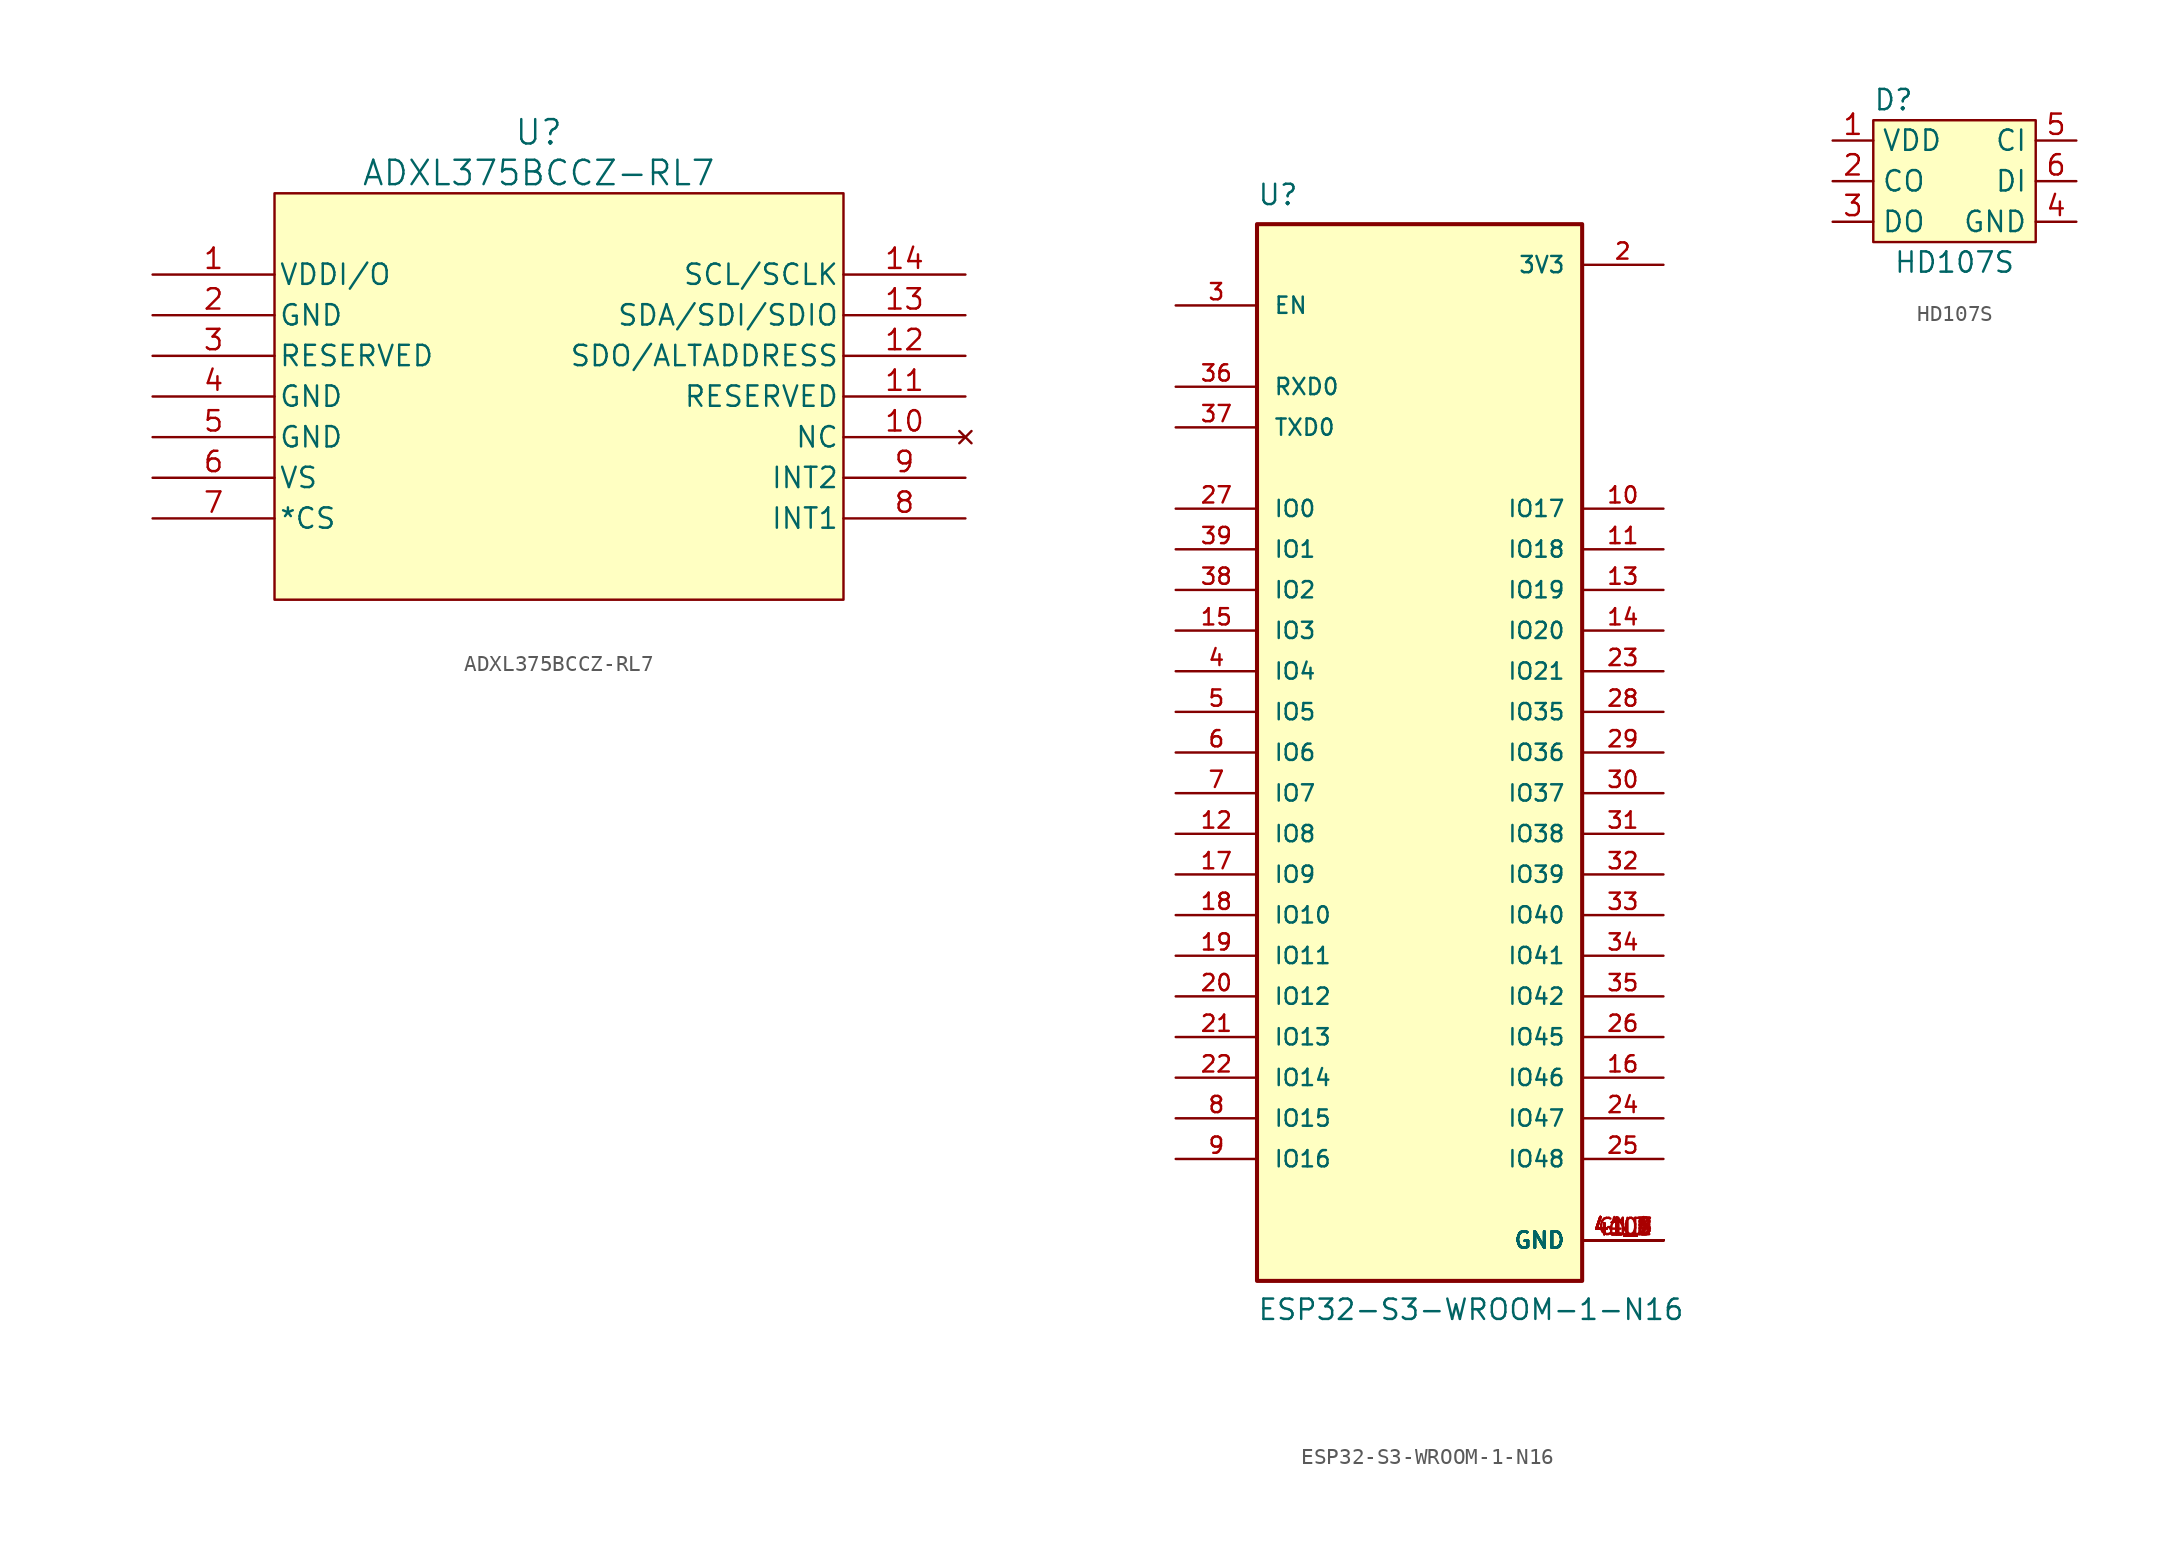
<source format=kicad_sym>
(kicad_symbol_lib
  (version 20220914)
  (generator kicad_symbol_editor)
  (symbol "ADXL375BCCZ-RL7"
    (pin_names
      (offset 0.254))
    (property "Reference" "U"
      (at 0 16.51 0)
      (effects (font (size 1.524 1.524))))
    (property "Value" "ADXL375BCCZ-RL7"
      (at 0 13.97 0)
      (effects (font (size 1.524 1.524))))
    (symbol "ADXL375BCCZ-RL7_0_1"
      (pin power_in line (at -24.13 7.62 0) (length 7.62) (name "VDDI/O" (effects (font (size 1.27 1.27)))) (number "1" (effects (font (size 1.27 1.27)))))
      (pin no_connect line (at 26.67 -2.54 180) (length 7.62) (name "NC" (effects (font (size 1.27 1.27)))) (number "10" (effects (font (size 1.27 1.27)))))
      (pin unspecified line (at 26.67 0 180) (length 7.62) (name "RESERVED" (effects (font (size 1.27 1.27)))) (number "11" (effects (font (size 1.27 1.27)))))
      (pin unspecified line (at 26.67 2.54 180) (length 7.62) (name "SDO/ALTADDRESS" (effects (font (size 1.27 1.27)))) (number "12" (effects (font (size 1.27 1.27)))))
      (pin unspecified line (at 26.67 5.08 180) (length 7.62) (name "SDA/SDI/SDIO" (effects (font (size 1.27 1.27)))) (number "13" (effects (font (size 1.27 1.27)))))
      (pin unspecified line (at 26.67 7.62 180) (length 7.62) (name "SCL/SCLK" (effects (font (size 1.27 1.27)))) (number "14" (effects (font (size 1.27 1.27)))))
      (pin power_out line (at -24.13 5.08 0) (length 7.62) (name "GND" (effects (font (size 1.27 1.27)))) (number "2" (effects (font (size 1.27 1.27)))))
      (pin unspecified line (at -24.13 2.54 0) (length 7.62) (name "RESERVED" (effects (font (size 1.27 1.27)))) (number "3" (effects (font (size 1.27 1.27)))))
      (pin power_out line (at -24.13 0 0) (length 7.62) (name "GND" (effects (font (size 1.27 1.27)))) (number "4" (effects (font (size 1.27 1.27)))))
      (pin power_out line (at -24.13 -2.54 0) (length 7.62) (name "GND" (effects (font (size 1.27 1.27)))) (number "5" (effects (font (size 1.27 1.27)))))
      (pin unspecified line (at -24.13 -5.08 0) (length 7.62) (name "VS" (effects (font (size 1.27 1.27)))) (number "6" (effects (font (size 1.27 1.27)))))
      (pin unspecified line (at -24.13 -7.62 0) (length 7.62) (name "*CS" (effects (font (size 1.27 1.27)))) (number "7" (effects (font (size 1.27 1.27)))))
      (pin bidirectional line (at 26.67 -7.62 180) (length 7.62) (name "INT1" (effects (font (size 1.27 1.27)))) (number "8" (effects (font (size 1.27 1.27)))))
      (pin bidirectional line (at 26.67 -5.08 180) (length 7.62) (name "INT2" (effects (font (size 1.27 1.27)))) (number "9" (effects (font (size 1.27 1.27))))))
    (symbol "ADXL375BCCZ-RL7_1_1"
      (rectangle (start -16.51 12.7) (end 19.05 -12.7) (stroke (width 0) (type default)) (fill (type background)))))
  (symbol "ESP32-S3-WROOM-1-N16"
    (pin_names
      (offset 1.016))
    (property "Reference" "U"
      (at -10.16 34.112 0)
      (effects (font (size 1.27 1.27)) (justify left bottom)))
    (property "Value" "ESP32-S3-WROOM-1-N16"
      (at -10.16 -35.56 0)
      (effects (font (size 1.27 1.27)) (justify left bottom)))
    (symbol "ESP32-S3-WROOM-1-N16_0_0"
      (rectangle (start -10.16 -33.02) (end 10.16 33.02) (stroke (width 0.254) (type default)) (fill (type background)))
      (pin power_in line (at 15.24 -30.48 180) (length 5.08) (name "GND" (effects (font (size 1.016 1.016)))) (number "1" (effects (font (size 1.016 1.016)))))
      (pin bidirectional line (at 15.24 15.24 180) (length 5.08) (name "IO17" (effects (font (size 1.016 1.016)))) (number "10" (effects (font (size 1.016 1.016)))))
      (pin bidirectional line (at 15.24 12.7 180) (length 5.08) (name "IO18" (effects (font (size 1.016 1.016)))) (number "11" (effects (font (size 1.016 1.016)))))
      (pin bidirectional line (at -15.24 -5.08 0) (length 5.08) (name "IO8" (effects (font (size 1.016 1.016)))) (number "12" (effects (font (size 1.016 1.016)))))
      (pin bidirectional line (at 15.24 10.16 180) (length 5.08) (name "IO19" (effects (font (size 1.016 1.016)))) (number "13" (effects (font (size 1.016 1.016)))))
      (pin bidirectional line (at 15.24 7.62 180) (length 5.08) (name "IO20" (effects (font (size 1.016 1.016)))) (number "14" (effects (font (size 1.016 1.016)))))
      (pin bidirectional line (at -15.24 7.62 0) (length 5.08) (name "IO3" (effects (font (size 1.016 1.016)))) (number "15" (effects (font (size 1.016 1.016)))))
      (pin bidirectional line (at 15.24 -20.32 180) (length 5.08) (name "IO46" (effects (font (size 1.016 1.016)))) (number "16" (effects (font (size 1.016 1.016)))))
      (pin bidirectional line (at -15.24 -7.62 0) (length 5.08) (name "IO9" (effects (font (size 1.016 1.016)))) (number "17" (effects (font (size 1.016 1.016)))))
      (pin bidirectional line (at -15.24 -10.16 0) (length 5.08) (name "IO10" (effects (font (size 1.016 1.016)))) (number "18" (effects (font (size 1.016 1.016)))))
      (pin bidirectional line (at -15.24 -12.7 0) (length 5.08) (name "IO11" (effects (font (size 1.016 1.016)))) (number "19" (effects (font (size 1.016 1.016)))))
      (pin power_in line (at 15.24 30.48 180) (length 5.08) (name "3V3" (effects (font (size 1.016 1.016)))) (number "2" (effects (font (size 1.016 1.016)))))
      (pin bidirectional line (at -15.24 -15.24 0) (length 5.08) (name "IO12" (effects (font (size 1.016 1.016)))) (number "20" (effects (font (size 1.016 1.016)))))
      (pin bidirectional line (at -15.24 -17.78 0) (length 5.08) (name "IO13" (effects (font (size 1.016 1.016)))) (number "21" (effects (font (size 1.016 1.016)))))
      (pin bidirectional line (at -15.24 -20.32 0) (length 5.08) (name "IO14" (effects (font (size 1.016 1.016)))) (number "22" (effects (font (size 1.016 1.016)))))
      (pin bidirectional line (at 15.24 5.08 180) (length 5.08) (name "IO21" (effects (font (size 1.016 1.016)))) (number "23" (effects (font (size 1.016 1.016)))))
      (pin bidirectional line (at 15.24 -22.86 180) (length 5.08) (name "IO47" (effects (font (size 1.016 1.016)))) (number "24" (effects (font (size 1.016 1.016)))))
      (pin bidirectional line (at 15.24 -25.4 180) (length 5.08) (name "IO48" (effects (font (size 1.016 1.016)))) (number "25" (effects (font (size 1.016 1.016)))))
      (pin bidirectional line (at 15.24 -17.78 180) (length 5.08) (name "IO45" (effects (font (size 1.016 1.016)))) (number "26" (effects (font (size 1.016 1.016)))))
      (pin bidirectional line (at -15.24 15.24 0) (length 5.08) (name "IO0" (effects (font (size 1.016 1.016)))) (number "27" (effects (font (size 1.016 1.016)))))
      (pin bidirectional line (at 15.24 2.54 180) (length 5.08) (name "IO35" (effects (font (size 1.016 1.016)))) (number "28" (effects (font (size 1.016 1.016)))))
      (pin bidirectional line (at 15.24 0 180) (length 5.08) (name "IO36" (effects (font (size 1.016 1.016)))) (number "29" (effects (font (size 1.016 1.016)))))
      (pin input line (at -15.24 27.94 0) (length 5.08) (name "EN" (effects (font (size 1.016 1.016)))) (number "3" (effects (font (size 1.016 1.016)))))
      (pin bidirectional line (at 15.24 -2.54 180) (length 5.08) (name "IO37" (effects (font (size 1.016 1.016)))) (number "30" (effects (font (size 1.016 1.016)))))
      (pin bidirectional line (at 15.24 -5.08 180) (length 5.08) (name "IO38" (effects (font (size 1.016 1.016)))) (number "31" (effects (font (size 1.016 1.016)))))
      (pin bidirectional line (at 15.24 -7.62 180) (length 5.08) (name "IO39" (effects (font (size 1.016 1.016)))) (number "32" (effects (font (size 1.016 1.016)))))
      (pin bidirectional line (at 15.24 -10.16 180) (length 5.08) (name "IO40" (effects (font (size 1.016 1.016)))) (number "33" (effects (font (size 1.016 1.016)))))
      (pin bidirectional line (at 15.24 -12.7 180) (length 5.08) (name "IO41" (effects (font (size 1.016 1.016)))) (number "34" (effects (font (size 1.016 1.016)))))
      (pin bidirectional line (at 15.24 -15.24 180) (length 5.08) (name "IO42" (effects (font (size 1.016 1.016)))) (number "35" (effects (font (size 1.016 1.016)))))
      (pin bidirectional line (at -15.24 22.86 0) (length 5.08) (name "RXD0" (effects (font (size 1.016 1.016)))) (number "36" (effects (font (size 1.016 1.016)))))
      (pin bidirectional line (at -15.24 20.32 0) (length 5.08) (name "TXD0" (effects (font (size 1.016 1.016)))) (number "37" (effects (font (size 1.016 1.016)))))
      (pin bidirectional line (at -15.24 10.16 0) (length 5.08) (name "IO2" (effects (font (size 1.016 1.016)))) (number "38" (effects (font (size 1.016 1.016)))))
      (pin bidirectional line (at -15.24 12.7 0) (length 5.08) (name "IO1" (effects (font (size 1.016 1.016)))) (number "39" (effects (font (size 1.016 1.016)))))
      (pin bidirectional line (at -15.24 5.08 0) (length 5.08) (name "IO4" (effects (font (size 1.016 1.016)))) (number "4" (effects (font (size 1.016 1.016)))))
      (pin power_in line (at 15.24 -30.48 180) (length 5.08) (name "GND" (effects (font (size 1.016 1.016)))) (number "40" (effects (font (size 1.016 1.016)))))
      (pin power_in line (at 15.24 -30.48 180) (length 5.08) (name "GND" (effects (font (size 1.016 1.016)))) (number "41_1" (effects (font (size 1.016 1.016)))))
      (pin power_in line (at 15.24 -30.48 180) (length 5.08) (name "GND" (effects (font (size 1.016 1.016)))) (number "41_2" (effects (font (size 1.016 1.016)))))
      (pin power_in line (at 15.24 -30.48 180) (length 5.08) (name "GND" (effects (font (size 1.016 1.016)))) (number "41_3" (effects (font (size 1.016 1.016)))))
      (pin power_in line (at 15.24 -30.48 180) (length 5.08) (name "GND" (effects (font (size 1.016 1.016)))) (number "41_4" (effects (font (size 1.016 1.016)))))
      (pin power_in line (at 15.24 -30.48 180) (length 5.08) (name "GND" (effects (font (size 1.016 1.016)))) (number "41_5" (effects (font (size 1.016 1.016)))))
      (pin power_in line (at 15.24 -30.48 180) (length 5.08) (name "GND" (effects (font (size 1.016 1.016)))) (number "41_6" (effects (font (size 1.016 1.016)))))
      (pin power_in line (at 15.24 -30.48 180) (length 5.08) (name "GND" (effects (font (size 1.016 1.016)))) (number "41_7" (effects (font (size 1.016 1.016)))))
      (pin power_in line (at 15.24 -30.48 180) (length 5.08) (name "GND" (effects (font (size 1.016 1.016)))) (number "41_8" (effects (font (size 1.016 1.016)))))
      (pin power_in line (at 15.24 -30.48 180) (length 5.08) (name "GND" (effects (font (size 1.016 1.016)))) (number "41_9" (effects (font (size 1.016 1.016)))))
      (pin bidirectional line (at -15.24 2.54 0) (length 5.08) (name "IO5" (effects (font (size 1.016 1.016)))) (number "5" (effects (font (size 1.016 1.016)))))
      (pin bidirectional line (at -15.24 0 0) (length 5.08) (name "IO6" (effects (font (size 1.016 1.016)))) (number "6" (effects (font (size 1.016 1.016)))))
      (pin bidirectional line (at -15.24 -2.54 0) (length 5.08) (name "IO7" (effects (font (size 1.016 1.016)))) (number "7" (effects (font (size 1.016 1.016)))))
      (pin bidirectional line (at -15.24 -22.86 0) (length 5.08) (name "IO15" (effects (font (size 1.016 1.016)))) (number "8" (effects (font (size 1.016 1.016)))))
      (pin bidirectional line (at -15.24 -25.4 0) (length 5.08) (name "IO16" (effects (font (size 1.016 1.016)))) (number "9" (effects (font (size 1.016 1.016))))))
    (symbol "ESP32-S3-WROOM-1-N16_1_0"
      (pin power_in line (at 15.24 -30.48 180) (length 5.08) (name "GND" (effects (font (size 1.016 1.016)))) (number "GND" (effects (font (size 1.016 1.016)))))))
  (symbol "HD107S"
    (property "Reference" "D"
      (at -3.81 5.08 0)
      (effects (font (size 1.27 1.27))))
    (property "Value" "HD107S"
      (at 0 -5.08 0)
      (effects (font (size 1.27 1.27))))
    (symbol "HD107S_1_1"
      (rectangle (start -5.08 3.81) (end 5.08 -3.81) (stroke (width 0) (type default)) (fill (type background)))
      (pin power_in line (at -7.62 2.54 0) (length 2.54) (name "VDD" (effects (font (size 1.27 1.27)))) (number "1" (effects (font (size 1.27 1.27)))))
      (pin output line (at -7.62 0 0) (length 2.54) (name "CO" (effects (font (size 1.27 1.27)))) (number "2" (effects (font (size 1.27 1.27)))))
      (pin output line (at -7.62 -2.54 0) (length 2.54) (name "DO" (effects (font (size 1.27 1.27)))) (number "3" (effects (font (size 1.27 1.27)))))
      (pin power_in line (at 7.62 -2.54 180) (length 2.54) (name "GND" (effects (font (size 1.27 1.27)))) (number "4" (effects (font (size 1.27 1.27)))))
      (pin input line (at 7.62 2.54 180) (length 2.54) (name "CI" (effects (font (size 1.27 1.27)))) (number "5" (effects (font (size 1.27 1.27)))))
      (pin input line (at 7.62 0 180) (length 2.54) (name "DI" (effects (font (size 1.27 1.27)))) (number "6" (effects (font (size 1.27 1.27))))))))
</source>
